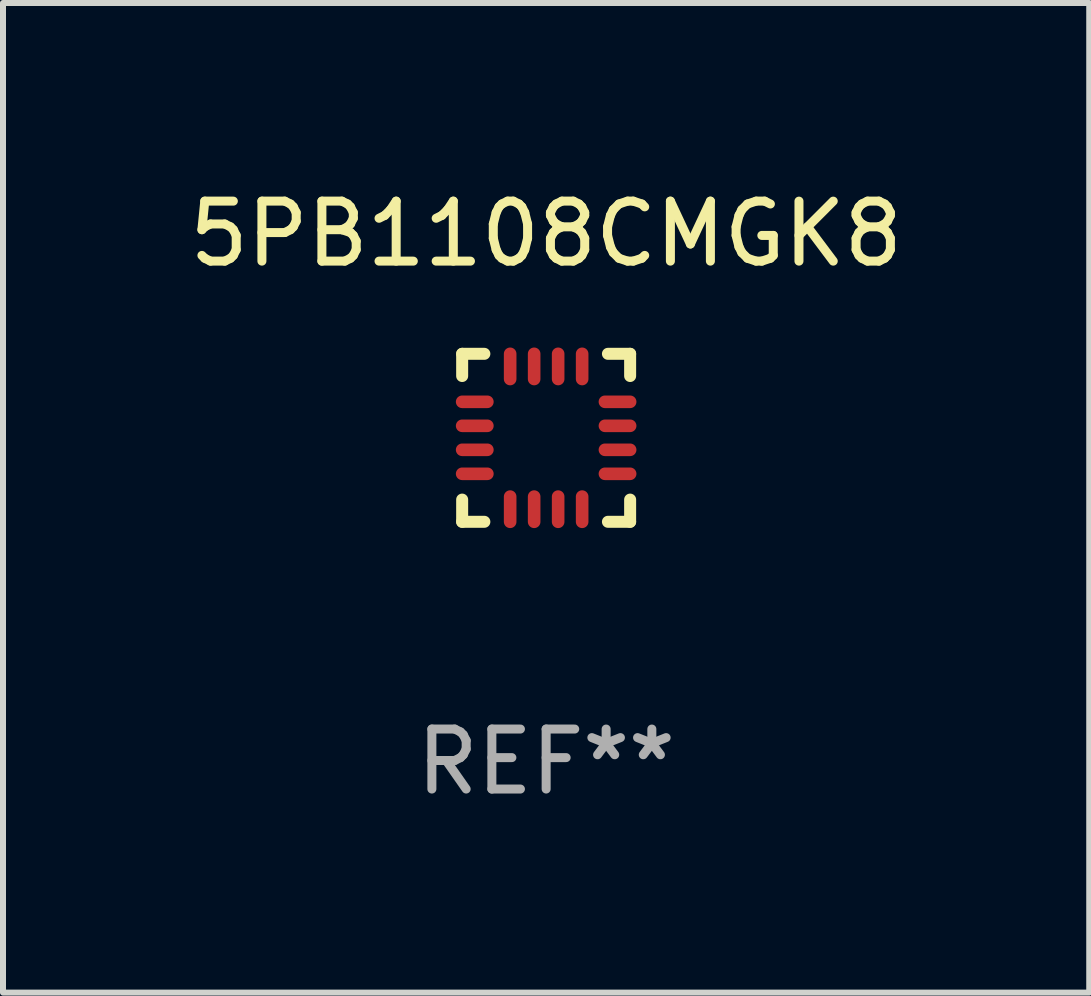
<source format=kicad_pcb>
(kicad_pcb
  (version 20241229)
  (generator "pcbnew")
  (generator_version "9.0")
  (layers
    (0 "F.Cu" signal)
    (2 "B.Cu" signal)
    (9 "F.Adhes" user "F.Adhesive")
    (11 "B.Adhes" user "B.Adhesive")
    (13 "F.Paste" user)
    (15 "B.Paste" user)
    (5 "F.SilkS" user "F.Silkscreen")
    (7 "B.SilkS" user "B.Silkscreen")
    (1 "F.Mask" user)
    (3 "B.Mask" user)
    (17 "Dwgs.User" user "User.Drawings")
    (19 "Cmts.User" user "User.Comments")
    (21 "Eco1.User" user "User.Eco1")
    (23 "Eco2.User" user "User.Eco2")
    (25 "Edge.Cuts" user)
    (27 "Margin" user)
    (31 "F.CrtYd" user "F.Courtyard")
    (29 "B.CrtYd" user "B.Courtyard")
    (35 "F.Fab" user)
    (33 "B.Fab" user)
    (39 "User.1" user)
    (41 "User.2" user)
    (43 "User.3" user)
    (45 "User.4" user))
  (footprint "5PB1108CMGK8"
    (layer "F.Cu")
    (at 6.054 4.248)
    (property "Reference" "5PB1108CMGK8" (at 0 -3.4 0) (layer "F.SilkS") (effects (font (size 1 1) (thickness 0.15))))
    (attr through_hole)
    (fp_line (start -1.4 -1.4) (end -1.03 -1.4) (stroke (width 0.2) (type solid)) (layer "F.SilkS"))
    (fp_line (start -1.4 -1.03) (end -1.4 -1.4) (stroke (width 0.2) (type solid)) (layer "F.SilkS"))
    (fp_line (start -1.4 1.4) (end -1.4 1.03) (stroke (width 0.2) (type solid)) (layer "F.SilkS"))
    (fp_line (start -1.03 1.4) (end -1.4 1.4) (stroke (width 0.2) (type solid)) (layer "F.SilkS"))
    (fp_line (start 1.03 1.4) (end 1.4 1.4) (stroke (width 0.2) (type solid)) (layer "F.SilkS"))
    (fp_line (start 1.4 -1.4) (end 1.03 -1.4) (stroke (width 0.2) (type solid)) (layer "F.SilkS"))
    (fp_line (start 1.4 -1.03) (end 1.4 -1.4) (stroke (width 0.2) (type solid)) (layer "F.SilkS"))
    (fp_line (start 1.4 1.4) (end 1.4 1.03) (stroke (width 0.2) (type solid)) (layer "F.SilkS"))
    (fp_text user "REF**" (at 0 5.4 0) (layer "F.Fab") (effects (font (size 1 1) (thickness 0.15))))
    (pad "1" smd oval (at -1.19 -0.6 270) (size 0.21 0.63) (layers "F.Cu" "F.Mask" "F.Paste"))
    (pad "2" smd oval (at -1.19 -0.2 270) (size 0.21 0.63) (layers "F.Cu" "F.Mask" "F.Paste"))
    (pad "3" smd oval (at -1.19 0.2 270) (size 0.21 0.63) (layers "F.Cu" "F.Mask" "F.Paste"))
    (pad "4" smd oval (at -1.19 0.6 270) (size 0.21 0.63) (layers "F.Cu" "F.Mask" "F.Paste"))
    (pad "5" smd oval (at -0.6 1.19) (size 0.21 0.63) (layers "F.Cu" "F.Mask" "F.Paste"))
    (pad "6" smd oval (at -0.2 1.19) (size 0.21 0.63) (layers "F.Cu" "F.Mask" "F.Paste"))
    (pad "7" smd oval (at 0.2 1.19) (size 0.21 0.63) (layers "F.Cu" "F.Mask" "F.Paste"))
    (pad "8" smd oval (at 0.6 1.19) (size 0.21 0.63) (layers "F.Cu" "F.Mask" "F.Paste"))
    (pad "9" smd oval (at 1.19 0.6 90) (size 0.21 0.63) (layers "F.Cu" "F.Mask" "F.Paste"))
    (pad "10" smd oval (at 1.19 0.2 90) (size 0.21 0.63) (layers "F.Cu" "F.Mask" "F.Paste"))
    (pad "11" smd oval (at 1.19 -0.2 90) (size 0.21 0.63) (layers "F.Cu" "F.Mask" "F.Paste"))
    (pad "12" smd oval (at 1.19 -0.6 90) (size 0.21 0.63) (layers "F.Cu" "F.Mask" "F.Paste"))
    (pad "13" smd oval (at 0.6 -1.19) (size 0.21 0.63) (layers "F.Cu" "F.Mask" "F.Paste"))
    (pad "14" smd oval (at 0.2 -1.19) (size 0.21 0.63) (layers "F.Cu" "F.Mask" "F.Paste"))
    (pad "15" smd oval (at -0.2 -1.19) (size 0.21 0.63) (layers "F.Cu" "F.Mask" "F.Paste"))
    (pad "16" smd oval (at -0.6 -1.19) (size 0.21 0.63) (layers "F.Cu" "F.Mask" "F.Paste")))
  (gr_rect
    (start -3 -3)
    (end 15.107 13.496)
    (stroke (width 0.1) (type default))
    (fill no)
    (layer "Edge.Cuts")))
</source>
